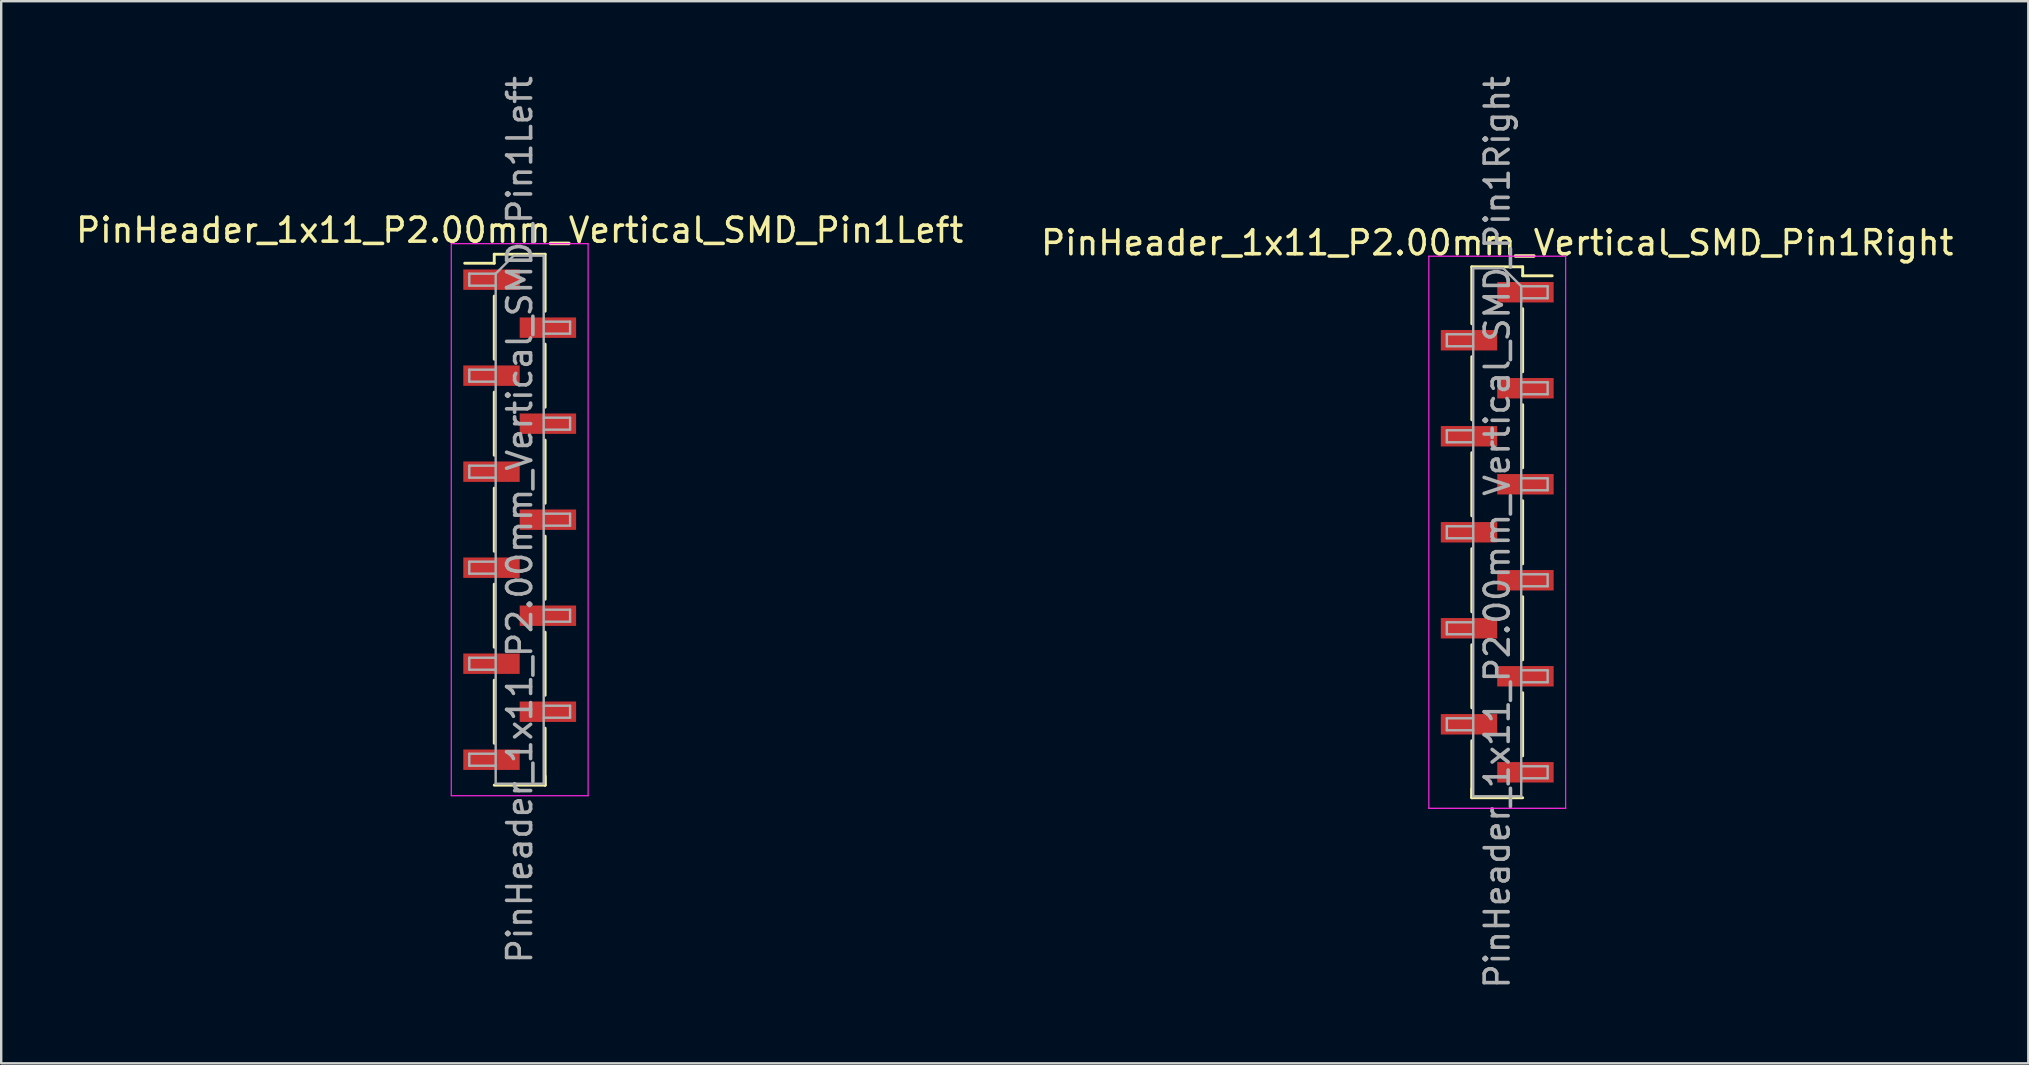
<source format=kicad_pcb>
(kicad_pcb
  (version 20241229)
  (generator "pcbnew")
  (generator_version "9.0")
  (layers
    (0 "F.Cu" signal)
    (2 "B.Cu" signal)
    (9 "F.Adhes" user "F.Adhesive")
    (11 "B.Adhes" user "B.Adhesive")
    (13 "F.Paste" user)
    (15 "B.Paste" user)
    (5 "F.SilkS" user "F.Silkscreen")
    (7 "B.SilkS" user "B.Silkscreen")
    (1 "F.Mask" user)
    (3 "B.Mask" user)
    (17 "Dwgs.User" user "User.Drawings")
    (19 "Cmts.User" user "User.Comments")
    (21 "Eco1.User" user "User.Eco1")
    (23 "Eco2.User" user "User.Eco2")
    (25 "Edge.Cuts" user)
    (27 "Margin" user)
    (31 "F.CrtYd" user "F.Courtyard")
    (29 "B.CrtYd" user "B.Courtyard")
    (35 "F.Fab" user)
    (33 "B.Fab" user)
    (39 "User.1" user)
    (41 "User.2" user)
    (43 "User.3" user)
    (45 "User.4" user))
  (footprint "PinHeader_1x11_P2.00mm_Vertical_SMD_Pin1Right"
    (layer "F.Cu")
    (at 59.327 19.125)
    (property "Reference" "PinHeader_1x11_P2.00mm_Vertical_SMD_Pin1Right" (at 0 -12.06 0) (layer "F.SilkS") (effects (font (size 1 1) (thickness 0.15))))
    (attr smd)
    (fp_line (start -1.06 -11.06) (end -1.06 -8.685) (stroke (width 0.12) (type solid)) (layer "F.SilkS"))
    (fp_line (start -1.06 -11.06) (end 1.06 -11.06) (stroke (width 0.12) (type solid)) (layer "F.SilkS"))
    (fp_line (start -1.06 -7.315) (end -1.06 -4.685) (stroke (width 0.12) (type solid)) (layer "F.SilkS"))
    (fp_line (start -1.06 -3.315) (end -1.06 -0.685) (stroke (width 0.12) (type solid)) (layer "F.SilkS"))
    (fp_line (start -1.06 0.685) (end -1.06 3.315) (stroke (width 0.12) (type solid)) (layer "F.SilkS"))
    (fp_line (start -1.06 4.685) (end -1.06 7.315) (stroke (width 0.12) (type solid)) (layer "F.SilkS"))
    (fp_line (start -1.06 8.685) (end -1.06 11.06) (stroke (width 0.12) (type solid)) (layer "F.SilkS"))
    (fp_line (start -1.06 10.685) (end -1.06 11.06) (stroke (width 0.12) (type solid)) (layer "F.SilkS"))
    (fp_line (start -1.06 11.06) (end 1.06 11.06) (stroke (width 0.12) (type solid)) (layer "F.SilkS"))
    (fp_line (start 1.06 -11.06) (end 1.06 -10.685) (stroke (width 0.12) (type solid)) (layer "F.SilkS"))
    (fp_line (start 1.06 -10.685) (end 2.29 -10.685) (stroke (width 0.12) (type solid)) (layer "F.SilkS"))
    (fp_line (start 1.06 -9.315) (end 1.06 -6.685) (stroke (width 0.12) (type solid)) (layer "F.SilkS"))
    (fp_line (start 1.06 -5.315) (end 1.06 -2.685) (stroke (width 0.12) (type solid)) (layer "F.SilkS"))
    (fp_line (start 1.06 -1.315) (end 1.06 1.315) (stroke (width 0.12) (type solid)) (layer "F.SilkS"))
    (fp_line (start 1.06 2.685) (end 1.06 5.315) (stroke (width 0.12) (type solid)) (layer "F.SilkS"))
    (fp_line (start 1.06 6.685) (end 1.06 9.315) (stroke (width 0.12) (type solid)) (layer "F.SilkS"))
    (fp_line (start -2.85 -11.5) (end -2.85 11.5) (stroke (width 0.05) (type solid)) (layer "F.CrtYd"))
    (fp_line (start -2.85 11.5) (end 2.85 11.5) (stroke (width 0.05) (type solid)) (layer "F.CrtYd"))
    (fp_line (start 2.85 -11.5) (end -2.85 -11.5) (stroke (width 0.05) (type solid)) (layer "F.CrtYd"))
    (fp_line (start 2.85 11.5) (end 2.85 -11.5) (stroke (width 0.05) (type solid)) (layer "F.CrtYd"))
    (fp_line (start -2.1 -8.25) (end -2.1 -7.75) (stroke (width 0.1) (type solid)) (layer "F.Fab"))
    (fp_line (start -2.1 -7.75) (end -1 -7.75) (stroke (width 0.1) (type solid)) (layer "F.Fab"))
    (fp_line (start -2.1 -4.25) (end -2.1 -3.75) (stroke (width 0.1) (type solid)) (layer "F.Fab"))
    (fp_line (start -2.1 -3.75) (end -1 -3.75) (stroke (width 0.1) (type solid)) (layer "F.Fab"))
    (fp_line (start -2.1 -0.25) (end -2.1 0.25) (stroke (width 0.1) (type solid)) (layer "F.Fab"))
    (fp_line (start -2.1 0.25) (end -1 0.25) (stroke (width 0.1) (type solid)) (layer "F.Fab"))
    (fp_line (start -2.1 3.75) (end -2.1 4.25) (stroke (width 0.1) (type solid)) (layer "F.Fab"))
    (fp_line (start -2.1 4.25) (end -1 4.25) (stroke (width 0.1) (type solid)) (layer "F.Fab"))
    (fp_line (start -2.1 7.75) (end -2.1 8.25) (stroke (width 0.1) (type solid)) (layer "F.Fab"))
    (fp_line (start -2.1 8.25) (end -1 8.25) (stroke (width 0.1) (type solid)) (layer "F.Fab"))
    (fp_line (start -1 -11) (end -1 11) (stroke (width 0.1) (type solid)) (layer "F.Fab"))
    (fp_line (start -1 -11) (end 0.25 -11) (stroke (width 0.1) (type solid)) (layer "F.Fab"))
    (fp_line (start -1 -8.25) (end -2.1 -8.25) (stroke (width 0.1) (type solid)) (layer "F.Fab"))
    (fp_line (start -1 -4.25) (end -2.1 -4.25) (stroke (width 0.1) (type solid)) (layer "F.Fab"))
    (fp_line (start -1 -0.25) (end -2.1 -0.25) (stroke (width 0.1) (type solid)) (layer "F.Fab"))
    (fp_line (start -1 3.75) (end -2.1 3.75) (stroke (width 0.1) (type solid)) (layer "F.Fab"))
    (fp_line (start -1 7.75) (end -2.1 7.75) (stroke (width 0.1) (type solid)) (layer "F.Fab"))
    (fp_line (start 1 -10.25) (end 0.25 -11) (stroke (width 0.1) (type solid)) (layer "F.Fab"))
    (fp_line (start 1 -10.25) (end 2.1 -10.25) (stroke (width 0.1) (type solid)) (layer "F.Fab"))
    (fp_line (start 1 -6.25) (end 2.1 -6.25) (stroke (width 0.1) (type solid)) (layer "F.Fab"))
    (fp_line (start 1 -2.25) (end 2.1 -2.25) (stroke (width 0.1) (type solid)) (layer "F.Fab"))
    (fp_line (start 1 1.75) (end 2.1 1.75) (stroke (width 0.1) (type solid)) (layer "F.Fab"))
    (fp_line (start 1 5.75) (end 2.1 5.75) (stroke (width 0.1) (type solid)) (layer "F.Fab"))
    (fp_line (start 1 9.75) (end 2.1 9.75) (stroke (width 0.1) (type solid)) (layer "F.Fab"))
    (fp_line (start 1 11) (end -1 11) (stroke (width 0.1) (type solid)) (layer "F.Fab"))
    (fp_line (start 1 11) (end 1 -10.25) (stroke (width 0.1) (type solid)) (layer "F.Fab"))
    (fp_line (start 2.1 -10.25) (end 2.1 -9.75) (stroke (width 0.1) (type solid)) (layer "F.Fab"))
    (fp_line (start 2.1 -9.75) (end 1 -9.75) (stroke (width 0.1) (type solid)) (layer "F.Fab"))
    (fp_line (start 2.1 -6.25) (end 2.1 -5.75) (stroke (width 0.1) (type solid)) (layer "F.Fab"))
    (fp_line (start 2.1 -5.75) (end 1 -5.75) (stroke (width 0.1) (type solid)) (layer "F.Fab"))
    (fp_line (start 2.1 -2.25) (end 2.1 -1.75) (stroke (width 0.1) (type solid)) (layer "F.Fab"))
    (fp_line (start 2.1 -1.75) (end 1 -1.75) (stroke (width 0.1) (type solid)) (layer "F.Fab"))
    (fp_line (start 2.1 1.75) (end 2.1 2.25) (stroke (width 0.1) (type solid)) (layer "F.Fab"))
    (fp_line (start 2.1 2.25) (end 1 2.25) (stroke (width 0.1) (type solid)) (layer "F.Fab"))
    (fp_line (start 2.1 5.75) (end 2.1 6.25) (stroke (width 0.1) (type solid)) (layer "F.Fab"))
    (fp_line (start 2.1 6.25) (end 1 6.25) (stroke (width 0.1) (type solid)) (layer "F.Fab"))
    (fp_line (start 2.1 9.75) (end 2.1 10.25) (stroke (width 0.1) (type solid)) (layer "F.Fab"))
    (fp_line (start 2.1 10.25) (end 1 10.25) (stroke (width 0.1) (type solid)) (layer "F.Fab"))
    (fp_text user "${REFERENCE}" (at 0 0 90) (layer "F.Fab") (effects (font (size 1 1) (thickness 0.15))))
    (pad "1" smd rect (at 1.175 -10) (size 2.35 0.85) (layers "F.Cu" "F.Mask" "F.Paste"))
    (pad "2" smd rect (at -1.175 -8) (size 2.35 0.85) (layers "F.Cu" "F.Mask" "F.Paste"))
    (pad "3" smd rect (at 1.175 -6) (size 2.35 0.85) (layers "F.Cu" "F.Mask" "F.Paste"))
    (pad "4" smd rect (at -1.175 -4) (size 2.35 0.85) (layers "F.Cu" "F.Mask" "F.Paste"))
    (pad "5" smd rect (at 1.175 -2) (size 2.35 0.85) (layers "F.Cu" "F.Mask" "F.Paste"))
    (pad "6" smd rect (at -1.175 0) (size 2.35 0.85) (layers "F.Cu" "F.Mask" "F.Paste"))
    (pad "7" smd rect (at 1.175 2) (size 2.35 0.85) (layers "F.Cu" "F.Mask" "F.Paste"))
    (pad "8" smd rect (at -1.175 4) (size 2.35 0.85) (layers "F.Cu" "F.Mask" "F.Paste"))
    (pad "9" smd rect (at 1.175 6) (size 2.35 0.85) (layers "F.Cu" "F.Mask" "F.Paste"))
    (pad "10" smd rect (at -1.175 8) (size 2.35 0.85) (layers "F.Cu" "F.Mask" "F.Paste"))
    (pad "11" smd rect (at 1.175 10) (size 2.35 0.85) (layers "F.Cu" "F.Mask" "F.Paste")))
  (footprint "PinHeader_1x11_P2.00mm_Vertical_SMD_Pin1Left"
    (layer "F.Cu")
    (at 18.601 18.601)
    (property "Reference" "PinHeader_1x11_P2.00mm_Vertical_SMD_Pin1Left" (at 0 -12.06 0) (layer "F.SilkS") (effects (font (size 1 1) (thickness 0.15))))
    (attr smd)
    (fp_line (start -1.06 -11.06) (end -1.06 -10.685) (stroke (width 0.12) (type solid)) (layer "F.SilkS"))
    (fp_line (start -1.06 -11.06) (end 1.06 -11.06) (stroke (width 0.12) (type solid)) (layer "F.SilkS"))
    (fp_line (start -1.06 -10.685) (end -2.29 -10.685) (stroke (width 0.12) (type solid)) (layer "F.SilkS"))
    (fp_line (start -1.06 -9.315) (end -1.06 -6.685) (stroke (width 0.12) (type solid)) (layer "F.SilkS"))
    (fp_line (start -1.06 -5.315) (end -1.06 -2.685) (stroke (width 0.12) (type solid)) (layer "F.SilkS"))
    (fp_line (start -1.06 -1.315) (end -1.06 1.315) (stroke (width 0.12) (type solid)) (layer "F.SilkS"))
    (fp_line (start -1.06 2.685) (end -1.06 5.315) (stroke (width 0.12) (type solid)) (layer "F.SilkS"))
    (fp_line (start -1.06 6.685) (end -1.06 9.315) (stroke (width 0.12) (type solid)) (layer "F.SilkS"))
    (fp_line (start -1.06 11.06) (end 1.06 11.06) (stroke (width 0.12) (type solid)) (layer "F.SilkS"))
    (fp_line (start 1.06 -11.06) (end 1.06 -8.685) (stroke (width 0.12) (type solid)) (layer "F.SilkS"))
    (fp_line (start 1.06 -7.315) (end 1.06 -4.685) (stroke (width 0.12) (type solid)) (layer "F.SilkS"))
    (fp_line (start 1.06 -3.315) (end 1.06 -0.685) (stroke (width 0.12) (type solid)) (layer "F.SilkS"))
    (fp_line (start 1.06 0.685) (end 1.06 3.315) (stroke (width 0.12) (type solid)) (layer "F.SilkS"))
    (fp_line (start 1.06 4.685) (end 1.06 7.315) (stroke (width 0.12) (type solid)) (layer "F.SilkS"))
    (fp_line (start 1.06 8.685) (end 1.06 11.06) (stroke (width 0.12) (type solid)) (layer "F.SilkS"))
    (fp_line (start 1.06 10.685) (end 1.06 11.06) (stroke (width 0.12) (type solid)) (layer "F.SilkS"))
    (fp_line (start -2.85 -11.5) (end -2.85 11.5) (stroke (width 0.05) (type solid)) (layer "F.CrtYd"))
    (fp_line (start -2.85 11.5) (end 2.85 11.5) (stroke (width 0.05) (type solid)) (layer "F.CrtYd"))
    (fp_line (start 2.85 -11.5) (end -2.85 -11.5) (stroke (width 0.05) (type solid)) (layer "F.CrtYd"))
    (fp_line (start 2.85 11.5) (end 2.85 -11.5) (stroke (width 0.05) (type solid)) (layer "F.CrtYd"))
    (fp_line (start -2.1 -10.25) (end -2.1 -9.75) (stroke (width 0.1) (type solid)) (layer "F.Fab"))
    (fp_line (start -2.1 -9.75) (end -1 -9.75) (stroke (width 0.1) (type solid)) (layer "F.Fab"))
    (fp_line (start -2.1 -6.25) (end -2.1 -5.75) (stroke (width 0.1) (type solid)) (layer "F.Fab"))
    (fp_line (start -2.1 -5.75) (end -1 -5.75) (stroke (width 0.1) (type solid)) (layer "F.Fab"))
    (fp_line (start -2.1 -2.25) (end -2.1 -1.75) (stroke (width 0.1) (type solid)) (layer "F.Fab"))
    (fp_line (start -2.1 -1.75) (end -1 -1.75) (stroke (width 0.1) (type solid)) (layer "F.Fab"))
    (fp_line (start -2.1 1.75) (end -2.1 2.25) (stroke (width 0.1) (type solid)) (layer "F.Fab"))
    (fp_line (start -2.1 2.25) (end -1 2.25) (stroke (width 0.1) (type solid)) (layer "F.Fab"))
    (fp_line (start -2.1 5.75) (end -2.1 6.25) (stroke (width 0.1) (type solid)) (layer "F.Fab"))
    (fp_line (start -2.1 6.25) (end -1 6.25) (stroke (width 0.1) (type solid)) (layer "F.Fab"))
    (fp_line (start -2.1 9.75) (end -2.1 10.25) (stroke (width 0.1) (type solid)) (layer "F.Fab"))
    (fp_line (start -2.1 10.25) (end -1 10.25) (stroke (width 0.1) (type solid)) (layer "F.Fab"))
    (fp_line (start -1 -10.25) (end -2.1 -10.25) (stroke (width 0.1) (type solid)) (layer "F.Fab"))
    (fp_line (start -1 -10.25) (end -0.25 -11) (stroke (width 0.1) (type solid)) (layer "F.Fab"))
    (fp_line (start -1 -6.25) (end -2.1 -6.25) (stroke (width 0.1) (type solid)) (layer "F.Fab"))
    (fp_line (start -1 -2.25) (end -2.1 -2.25) (stroke (width 0.1) (type solid)) (layer "F.Fab"))
    (fp_line (start -1 1.75) (end -2.1 1.75) (stroke (width 0.1) (type solid)) (layer "F.Fab"))
    (fp_line (start -1 5.75) (end -2.1 5.75) (stroke (width 0.1) (type solid)) (layer "F.Fab"))
    (fp_line (start -1 9.75) (end -2.1 9.75) (stroke (width 0.1) (type solid)) (layer "F.Fab"))
    (fp_line (start -1 11) (end -1 -10.25) (stroke (width 0.1) (type solid)) (layer "F.Fab"))
    (fp_line (start -0.25 -11) (end 1 -11) (stroke (width 0.1) (type solid)) (layer "F.Fab"))
    (fp_line (start 1 -11) (end 1 11) (stroke (width 0.1) (type solid)) (layer "F.Fab"))
    (fp_line (start 1 -8.25) (end 2.1 -8.25) (stroke (width 0.1) (type solid)) (layer "F.Fab"))
    (fp_line (start 1 -4.25) (end 2.1 -4.25) (stroke (width 0.1) (type solid)) (layer "F.Fab"))
    (fp_line (start 1 -0.25) (end 2.1 -0.25) (stroke (width 0.1) (type solid)) (layer "F.Fab"))
    (fp_line (start 1 3.75) (end 2.1 3.75) (stroke (width 0.1) (type solid)) (layer "F.Fab"))
    (fp_line (start 1 7.75) (end 2.1 7.75) (stroke (width 0.1) (type solid)) (layer "F.Fab"))
    (fp_line (start 1 11) (end -1 11) (stroke (width 0.1) (type solid)) (layer "F.Fab"))
    (fp_line (start 2.1 -8.25) (end 2.1 -7.75) (stroke (width 0.1) (type solid)) (layer "F.Fab"))
    (fp_line (start 2.1 -7.75) (end 1 -7.75) (stroke (width 0.1) (type solid)) (layer "F.Fab"))
    (fp_line (start 2.1 -4.25) (end 2.1 -3.75) (stroke (width 0.1) (type solid)) (layer "F.Fab"))
    (fp_line (start 2.1 -3.75) (end 1 -3.75) (stroke (width 0.1) (type solid)) (layer "F.Fab"))
    (fp_line (start 2.1 -0.25) (end 2.1 0.25) (stroke (width 0.1) (type solid)) (layer "F.Fab"))
    (fp_line (start 2.1 0.25) (end 1 0.25) (stroke (width 0.1) (type solid)) (layer "F.Fab"))
    (fp_line (start 2.1 3.75) (end 2.1 4.25) (stroke (width 0.1) (type solid)) (layer "F.Fab"))
    (fp_line (start 2.1 4.25) (end 1 4.25) (stroke (width 0.1) (type solid)) (layer "F.Fab"))
    (fp_line (start 2.1 7.75) (end 2.1 8.25) (stroke (width 0.1) (type solid)) (layer "F.Fab"))
    (fp_line (start 2.1 8.25) (end 1 8.25) (stroke (width 0.1) (type solid)) (layer "F.Fab"))
    (fp_text user "${REFERENCE}" (at 0 0 90) (layer "F.Fab") (effects (font (size 1 1) (thickness 0.15))))
    (pad "1" smd rect (at -1.175 -10) (size 2.35 0.85) (layers "F.Cu" "F.Mask" "F.Paste"))
    (pad "2" smd rect (at 1.175 -8) (size 2.35 0.85) (layers "F.Cu" "F.Mask" "F.Paste"))
    (pad "3" smd rect (at -1.175 -6) (size 2.35 0.85) (layers "F.Cu" "F.Mask" "F.Paste"))
    (pad "4" smd rect (at 1.175 -4) (size 2.35 0.85) (layers "F.Cu" "F.Mask" "F.Paste"))
    (pad "5" smd rect (at -1.175 -2) (size 2.35 0.85) (layers "F.Cu" "F.Mask" "F.Paste"))
    (pad "6" smd rect (at 1.175 0) (size 2.35 0.85) (layers "F.Cu" "F.Mask" "F.Paste"))
    (pad "7" smd rect (at -1.175 2) (size 2.35 0.85) (layers "F.Cu" "F.Mask" "F.Paste"))
    (pad "8" smd rect (at 1.175 4) (size 2.35 0.85) (layers "F.Cu" "F.Mask" "F.Paste"))
    (pad "9" smd rect (at -1.175 6) (size 2.35 0.85) (layers "F.Cu" "F.Mask" "F.Paste"))
    (pad "10" smd rect (at 1.175 8) (size 2.35 0.85) (layers "F.Cu" "F.Mask" "F.Paste"))
    (pad "11" smd rect (at -1.175 10) (size 2.35 0.85) (layers "F.Cu" "F.Mask" "F.Paste")))
  (gr_rect
    (start -3 -3)
    (end 81.452 41.25)
    (stroke (width 0.1) (type default))
    (fill no)
    (layer "Edge.Cuts")))
</source>
